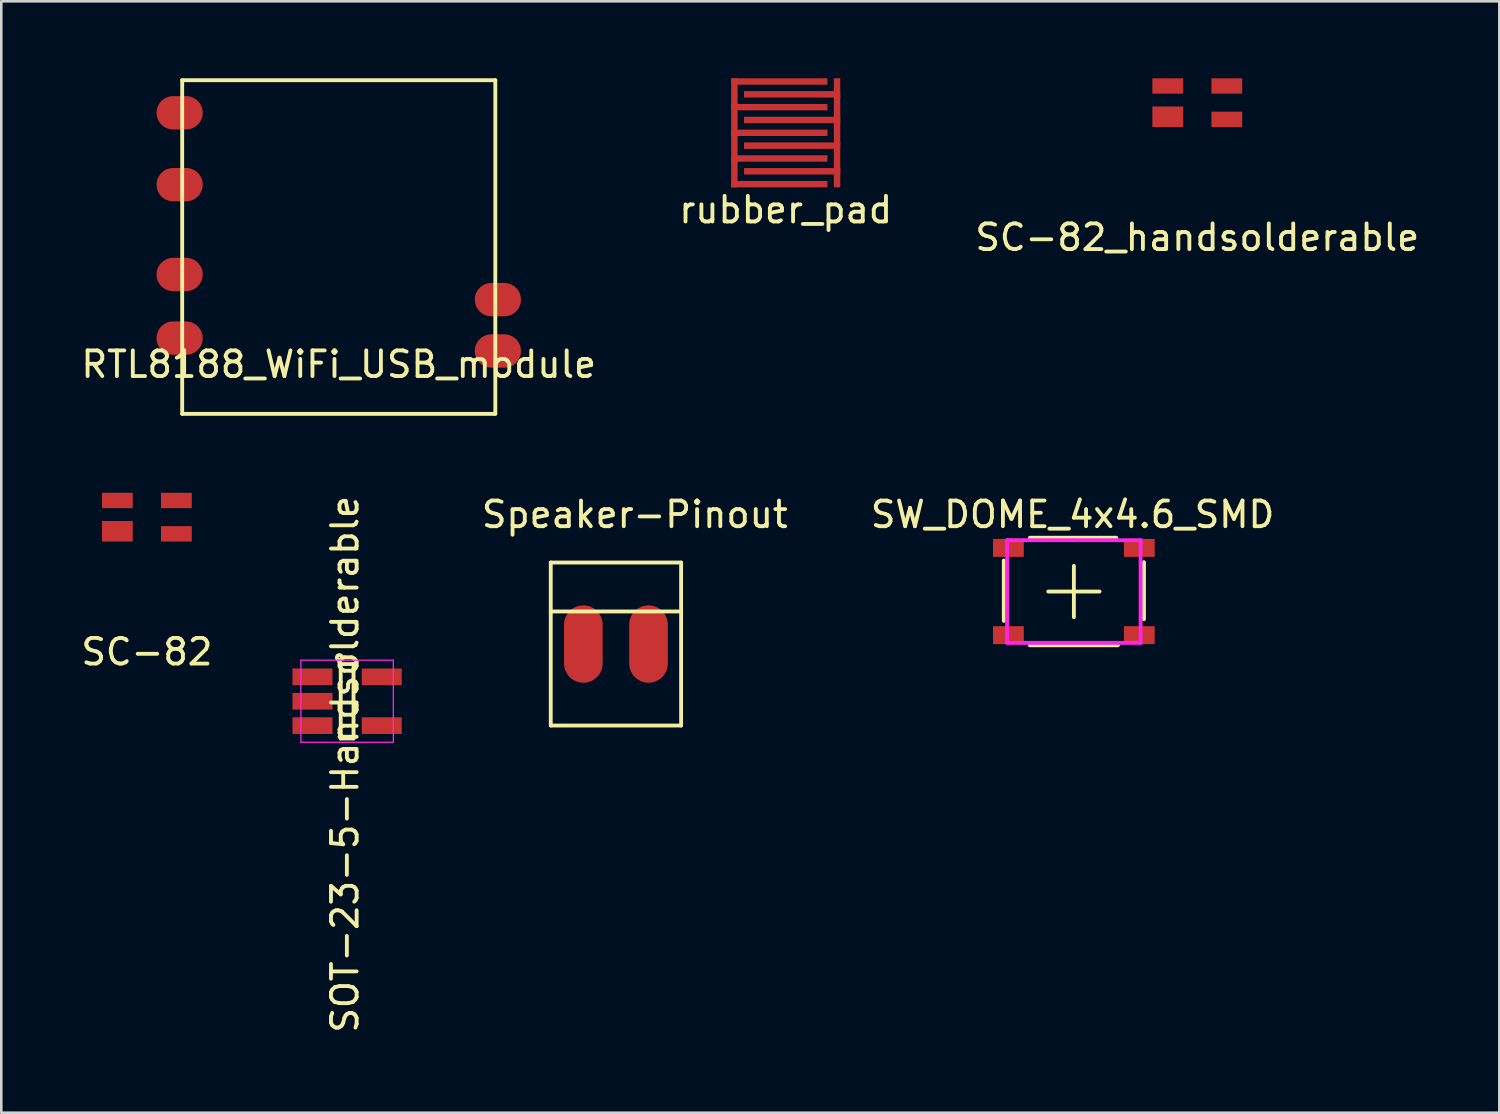
<source format=kicad_pcb>
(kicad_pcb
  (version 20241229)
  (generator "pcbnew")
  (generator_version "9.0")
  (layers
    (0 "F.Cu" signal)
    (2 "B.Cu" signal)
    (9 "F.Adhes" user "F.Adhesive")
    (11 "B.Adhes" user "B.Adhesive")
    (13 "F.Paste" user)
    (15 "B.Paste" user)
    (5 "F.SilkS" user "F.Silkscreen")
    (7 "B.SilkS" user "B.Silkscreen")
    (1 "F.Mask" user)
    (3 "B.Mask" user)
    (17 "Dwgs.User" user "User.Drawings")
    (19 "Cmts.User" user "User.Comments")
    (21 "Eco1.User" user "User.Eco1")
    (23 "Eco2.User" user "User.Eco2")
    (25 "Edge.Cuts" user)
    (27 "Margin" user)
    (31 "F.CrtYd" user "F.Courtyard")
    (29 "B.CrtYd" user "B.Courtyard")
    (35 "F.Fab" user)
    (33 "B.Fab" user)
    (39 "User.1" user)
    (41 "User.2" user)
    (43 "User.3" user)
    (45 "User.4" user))
  (footprint "SC-82"
    (layer "F.Cu")
    (at 2.673 17.1)
    (property "Reference" "SC-82" (at 0 5.25 0) (layer "F.SilkS") (effects (font (size 1 1) (thickness 0.15))))
    (attr through_hole)
    (pad "1" smd rect (at -1.15 -0.65) (size 1.2 0.6) (layers "F.Cu" "F.Mask" "F.Paste"))
    (pad "2" smd rect (at -1.15 0.55) (size 1.2 0.8) (layers "F.Cu" "F.Mask" "F.Paste"))
    (pad "3" smd rect (at 1.15 0.65) (size 1.2 0.6) (layers "F.Cu" "F.Mask" "F.Paste"))
    (pad "4" smd rect (at 1.15 -0.65) (size 1.2 0.6) (layers "F.Cu" "F.Mask" "F.Paste")))
  (footprint "SW_DOME_4x4.6_SMD"
    (layer "F.Cu")
    (at 38.792 19.998)
    (property "Reference" "SW_DOME_4x4.6_SMD" (at -0.05 -3 0) (layer "F.SilkS") (effects (font (size 1 1) (thickness 0.15))))
    (attr through_hole)
    (fp_line (start -2.731 -1.206) (end -2.731 1.143) (stroke (width 0.15) (type solid)) (layer "F.SilkS"))
    (fp_line (start 0 -1) (end 0 1) (stroke (width 0.15) (type solid)) (layer "F.SilkS"))
    (fp_line (start 1 0) (end -1 0) (stroke (width 0.15) (type solid)) (layer "F.SilkS"))
    (fp_line (start 1.651 -2.095) (end -1.714 -2.095) (stroke (width 0.15) (type solid)) (layer "F.SilkS"))
    (fp_line (start 1.714 2.095) (end -1.714 2.095) (stroke (width 0.15) (type solid)) (layer "F.SilkS"))
    (fp_line (start 2.731 -1.143) (end 2.731 1.079) (stroke (width 0.15) (type solid)) (layer "F.SilkS"))
    (fp_line (start -2.6 -2) (end 0 -2) (stroke (width 0.15) (type solid)) (layer "F.CrtYd"))
    (fp_line (start -2.6 2) (end -2.6 -2) (stroke (width 0.15) (type solid)) (layer "F.CrtYd"))
    (fp_line (start 0 -2) (end 2.6 -2) (stroke (width 0.15) (type solid)) (layer "F.CrtYd"))
    (fp_line (start 2.6 -2) (end 2.6 2) (stroke (width 0.15) (type solid)) (layer "F.CrtYd"))
    (fp_line (start 2.6 2) (end -2.6 2) (stroke (width 0.15) (type solid)) (layer "F.CrtYd"))
    (pad "1" smd rect (at -2.55 -1.7) (size 1.2 0.7) (layers "F.Cu" "F.Mask" "F.Paste"))
    (pad "2" smd rect (at -2.55 1.7) (size 1.2 0.7) (layers "F.Cu" "F.Mask" "F.Paste"))
    (pad "3" smd rect (at 2.55 -1.7) (size 1.2 0.7) (layers "F.Cu" "F.Mask" "F.Paste"))
    (pad "4" smd rect (at 2.55 1.7) (size 1.2 0.7) (layers "F.Cu" "F.Mask" "F.Paste")))
  (footprint "Speaker-Pinout"
    (layer "F.Cu")
    (at 20.949 22.044)
    (property "Reference" "Speaker-Pinout" (at 0.734 -5.046 0) (layer "F.SilkS") (effects (font (size 1 1) (thickness 0.15))))
    (attr exclude_from_pos_files exclude_from_bom)
    (fp_line (start -2.54 -3.175) (end -2.54 3.175) (stroke (width 0.15) (type solid)) (layer "F.SilkS"))
    (fp_line (start -2.54 -3.175) (end 2.54 -3.175) (stroke (width 0.15) (type solid)) (layer "F.SilkS"))
    (fp_line (start 2.54 -3.175) (end 2.54 3.175) (stroke (width 0.15) (type solid)) (layer "F.SilkS"))
    (fp_line (start 2.54 -1.27) (end -2.54 -1.27) (stroke (width 0.15) (type solid)) (layer "F.SilkS"))
    (fp_line (start 2.54 3.175) (end -2.54 3.175) (stroke (width 0.15) (type solid)) (layer "F.SilkS"))
    (pad "1" smd oval (at -1.27 0) (size 1.506 3.015) (layers "F.Cu" "F.Mask" "F.Paste"))
    (pad "2" smd oval (at 1.27 0) (size 1.506 3.015) (layers "F.Cu" "F.Mask" "F.Paste")))
  (footprint "SOT-23-5-Handsolderable"
    (layer "F.Cu")
    (at 10.475 24.273)
    (property "Reference" "SOT-23-5-Handsolderable" (at -0.084 2.454 270) (layer "F.SilkS") (effects (font (size 1 1) (thickness 0.15))))
    (attr smd)
    (fp_line (start -0.25 -1.45) (end -0.25 1.45) (stroke (width 0.15) (type solid)) (layer "F.SilkS"))
    (fp_line (start -0.25 1.45) (end 0.25 1.45) (stroke (width 0.15) (type solid)) (layer "F.SilkS"))
    (fp_line (start 0.25 -1.45) (end -0.25 -1.45) (stroke (width 0.15) (type solid)) (layer "F.SilkS"))
    (fp_line (start 0.25 1.45) (end 0.25 -1.45) (stroke (width 0.15) (type solid)) (layer "F.SilkS"))
    (fp_circle (center -0.3 -1.7) (end -0.2 -1.7) (stroke (width 0.15) (type solid)) (fill no) (layer "F.SilkS"))
    (fp_line (start -1.8 -1.6) (end 1.8 -1.6) (stroke (width 0.05) (type solid)) (layer "F.CrtYd"))
    (fp_line (start -1.8 1.6) (end -1.8 -1.6) (stroke (width 0.05) (type solid)) (layer "F.CrtYd"))
    (fp_line (start 1.8 -1.6) (end 1.8 1.6) (stroke (width 0.05) (type solid)) (layer "F.CrtYd"))
    (fp_line (start 1.8 1.6) (end -1.8 1.6) (stroke (width 0.05) (type solid)) (layer "F.CrtYd"))
    (pad "1" smd rect (at -1.35 -0.95) (size 1.56 0.65) (layers "F.Cu" "F.Mask" "F.Paste"))
    (pad "2" smd rect (at -1.35 0) (size 1.56 0.65) (layers "F.Cu" "F.Mask" "F.Paste"))
    (pad "3" smd rect (at -1.35 0.95) (size 1.56 0.65) (layers "F.Cu" "F.Mask" "F.Paste"))
    (pad "4" smd rect (at 1.35 0.95) (size 1.56 0.65) (layers "F.Cu" "F.Mask" "F.Paste"))
    (pad "5" smd rect (at 1.35 -0.95) (size 1.56 0.65) (layers "F.Cu" "F.Mask" "F.Paste")))
  (footprint "rubber_pad"
    (layer "F.Cu")
    (at 27.565 2.125)
    (property "Reference" "rubber_pad" (at 0 3 0) (layer "F.SilkS") (effects (font (size 1 1) (thickness 0.15))))
    (attr through_hole)
    (pad "1" smd rect (at -2 0) (size 0.25 4.25) (layers "F.Cu" "F.Mask" "F.Paste"))
    (pad "1" smd rect (at -0.25 -2 90) (size 0.25 3.75) (layers "F.Cu" "F.Mask" "F.Paste"))
    (pad "1" smd rect (at -0.25 -1 90) (size 0.25 3.75) (layers "F.Cu" "F.Mask" "F.Paste"))
    (pad "1" smd rect (at -0.25 0 90) (size 0.25 3.75) (layers "F.Cu" "F.Mask" "F.Paste"))
    (pad "1" smd rect (at -0.25 1 90) (size 0.25 3.75) (layers "F.Cu" "F.Mask" "F.Paste"))
    (pad "1" smd rect (at -0.25 2 90) (size 0.25 3.75) (layers "F.Cu" "F.Mask" "F.Paste"))
    (pad "2" smd rect (at 0.25 -1.5 90) (size 0.25 3.75) (layers "F.Cu" "F.Mask" "F.Paste"))
    (pad "2" smd rect (at 0.25 -0.5 90) (size 0.25 3.75) (layers "F.Cu" "F.Mask" "F.Paste"))
    (pad "2" smd rect (at 0.25 0.5 90) (size 0.25 3.75) (layers "F.Cu" "F.Mask" "F.Paste"))
    (pad "2" smd rect (at 0.25 1.5 90) (size 0.25 3.75) (layers "F.Cu" "F.Mask" "F.Paste"))
    (pad "2" smd rect (at 2 0) (size 0.25 4.25) (layers "F.Cu" "F.Mask" "F.Paste")))
  (footprint "RTL8188_WiFi_USB_module"
    (layer "F.Cu")
    (at 10.149 6.575)
    (property "Reference" "RTL8188_WiFi_USB_module" (at 0 4.572 0) (layer "F.SilkS") (effects (font (size 1 1) (thickness 0.15))))
    (attr through_hole)
    (fp_line (start -6.1 -6.5) (end 6.1 -6.5) (stroke (width 0.15) (type solid)) (layer "F.SilkS"))
    (fp_line (start -6.1 6.5) (end -6.1 -6.5) (stroke (width 0.15) (type solid)) (layer "F.SilkS"))
    (fp_line (start 6.1 -6.5) (end 6.1 6.5) (stroke (width 0.15) (type solid)) (layer "F.SilkS"))
    (fp_line (start 6.1 6.5) (end -6.1 6.5) (stroke (width 0.15) (type solid)) (layer "F.SilkS"))
    (pad "1" smd oval (at -6.2 -5.23) (size 1.8 1.3) (layers "F.Cu" "F.Mask" "F.Paste"))
    (pad "2" smd oval (at -6.2 -2.43) (size 1.8 1.3) (layers "F.Cu" "F.Mask" "F.Paste"))
    (pad "3" smd oval (at -6.2 1.07) (size 1.8 1.3) (layers "F.Cu" "F.Mask" "F.Paste"))
    (pad "4" smd oval (at -6.2 3.55) (size 1.8 1.3) (layers "F.Cu" "F.Mask" "F.Paste"))
    (pad "5" smd oval (at 6.2 4.05) (size 1.8 1.3) (layers "F.Cu" "F.Mask" "F.Paste"))
    (pad "6" smd oval (at 6.2 2.05) (size 1.8 1.3) (layers "F.Cu" "F.Mask" "F.Paste")))
  (footprint "SC-82_handsolderable"
    (layer "F.Cu")
    (at 43.601 0.95)
    (property "Reference" "SC-82_handsolderable" (at 0 5.25 0) (layer "F.SilkS") (effects (font (size 1 1) (thickness 0.15))))
    (attr through_hole)
    (pad "1" smd rect (at -1.15 -0.65) (size 1.2 0.6) (layers "F.Cu" "F.Mask" "F.Paste"))
    (pad "2" smd rect (at -1.15 0.55) (size 1.2 0.8) (layers "F.Cu" "F.Mask" "F.Paste"))
    (pad "3" smd rect (at 1.15 0.65) (size 1.2 0.6) (layers "F.Cu" "F.Mask" "F.Paste"))
    (pad "4" smd rect (at 1.15 -0.65) (size 1.2 0.6) (layers "F.Cu" "F.Mask" "F.Paste")))
  (gr_rect
    (start -3 -3)
    (end 55.369 40.305)
    (stroke (width 0.1) (type default))
    (fill no)
    (layer "Edge.Cuts")))
</source>
